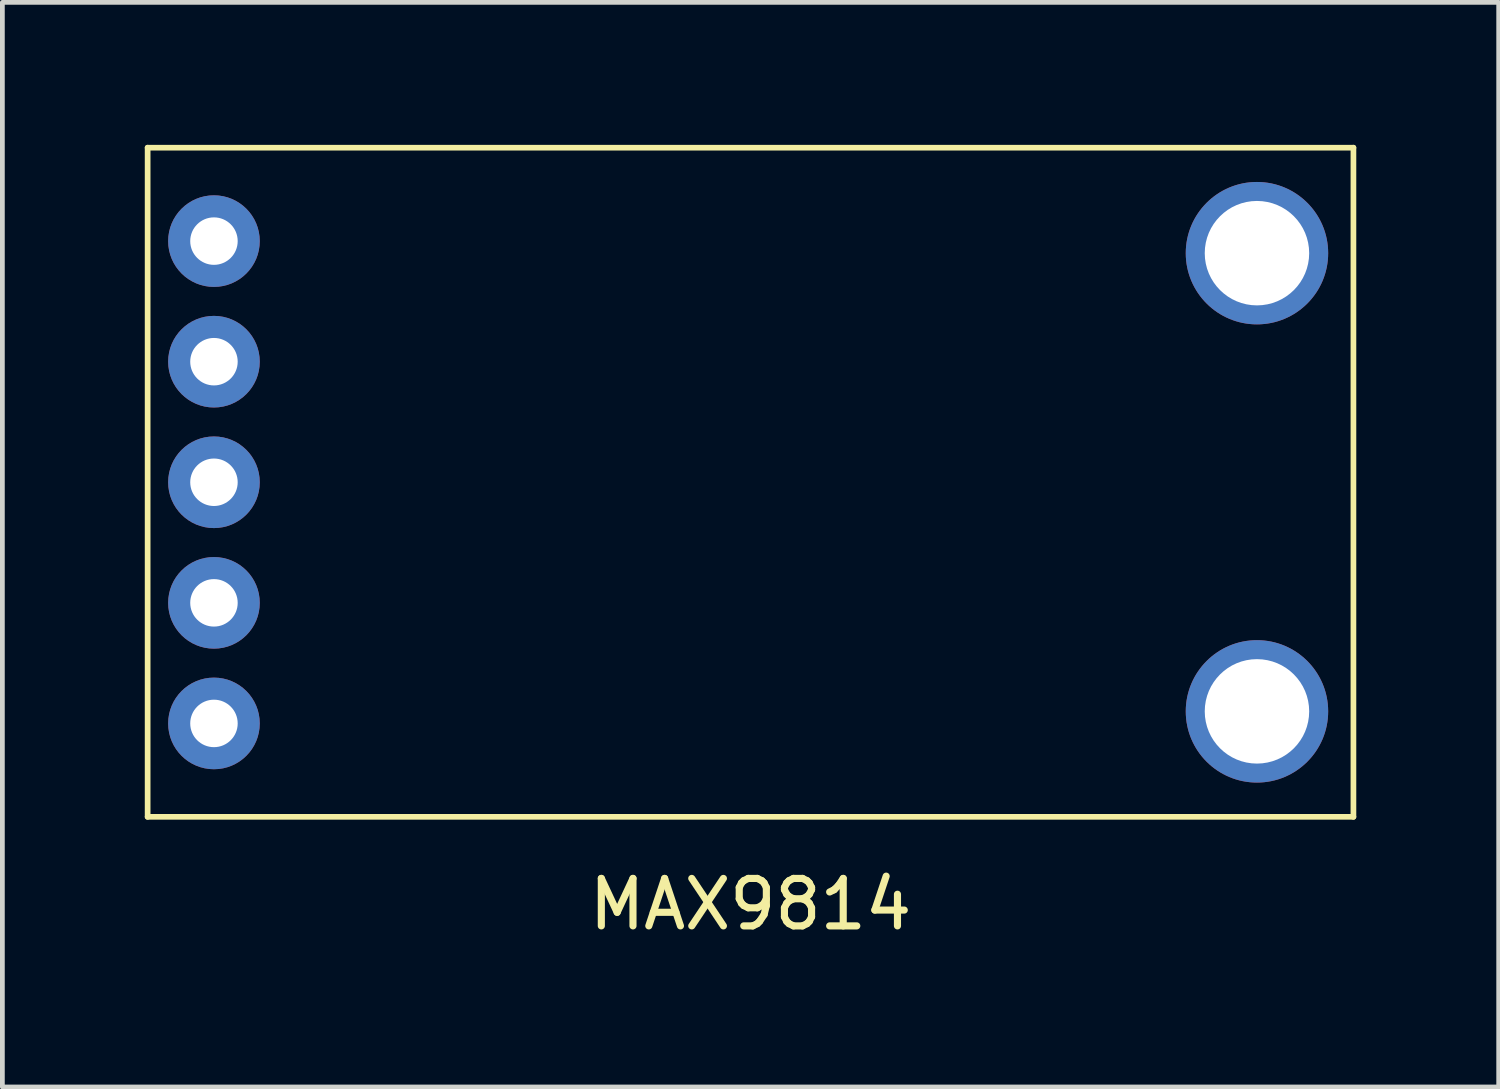
<source format=kicad_pcb>
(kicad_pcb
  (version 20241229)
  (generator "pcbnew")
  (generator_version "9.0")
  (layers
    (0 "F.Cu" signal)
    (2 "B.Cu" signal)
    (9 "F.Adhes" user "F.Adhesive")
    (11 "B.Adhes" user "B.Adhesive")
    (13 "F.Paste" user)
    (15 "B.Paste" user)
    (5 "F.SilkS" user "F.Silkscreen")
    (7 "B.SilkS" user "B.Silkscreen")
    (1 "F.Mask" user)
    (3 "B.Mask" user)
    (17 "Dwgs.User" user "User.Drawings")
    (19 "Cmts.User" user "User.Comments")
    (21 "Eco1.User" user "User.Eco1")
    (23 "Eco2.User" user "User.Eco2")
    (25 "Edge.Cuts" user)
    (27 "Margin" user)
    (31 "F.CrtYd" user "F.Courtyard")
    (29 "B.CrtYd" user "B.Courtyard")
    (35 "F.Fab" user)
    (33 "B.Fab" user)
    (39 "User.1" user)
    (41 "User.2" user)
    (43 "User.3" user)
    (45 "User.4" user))
  (footprint "MAX9814"
    (layer "F.Cu")
    (at 12.76 7.109)
    (property "Reference" "MAX9814" (at 0 8.89 0) (layer "F.SilkS") (effects (font (size 1 1) (thickness 0.15))))
    (attr through_hole)
    (fp_line (start -12.7 -7.048) (end -12.7 7.048) (stroke (width 0.12) (type solid)) (layer "F.SilkS"))
    (fp_line (start -12.7 -7.048) (end 12.7 -7.048) (stroke (width 0.12) (type solid)) (layer "F.SilkS"))
    (fp_line (start 12.7 -7.048) (end 12.7 7.048) (stroke (width 0.12) (type solid)) (layer "F.SilkS"))
    (fp_line (start 12.7 7.048) (end -12.7 7.048) (stroke (width 0.12) (type solid)) (layer "F.SilkS"))
    (pad "" thru_hole circle (at 10.668 -4.826) (size 3 3) (drill 2.2) (layers "*.Cu" "*.Mask"))
    (pad "" thru_hole circle (at 10.668 4.826) (size 3 3) (drill 2.2) (layers "*.Cu" "*.Mask"))
    (pad "1" thru_hole circle (at -11.303 -5.08 90) (size 1.93 1.93) (drill 1) (layers "*.Cu" "*.Mask"))
    (pad "2" thru_hole circle (at -11.303 -2.54 90) (size 1.93 1.93) (drill 1) (layers "*.Cu" "*.Mask"))
    (pad "3" thru_hole circle (at -11.303 0 90) (size 1.93 1.93) (drill 1) (layers "*.Cu" "*.Mask"))
    (pad "4" thru_hole circle (at -11.303 2.54 90) (size 1.93 1.93) (drill 1) (layers "*.Cu" "*.Mask"))
    (pad "5" thru_hole circle (at -11.303 5.08 90) (size 1.93 1.93) (drill 1) (layers "*.Cu" "*.Mask")))
  (gr_rect
    (start -3 -3)
    (end 28.52 19.847)
    (stroke (width 0.1) (type default))
    (fill no)
    (layer "Edge.Cuts")))
</source>
